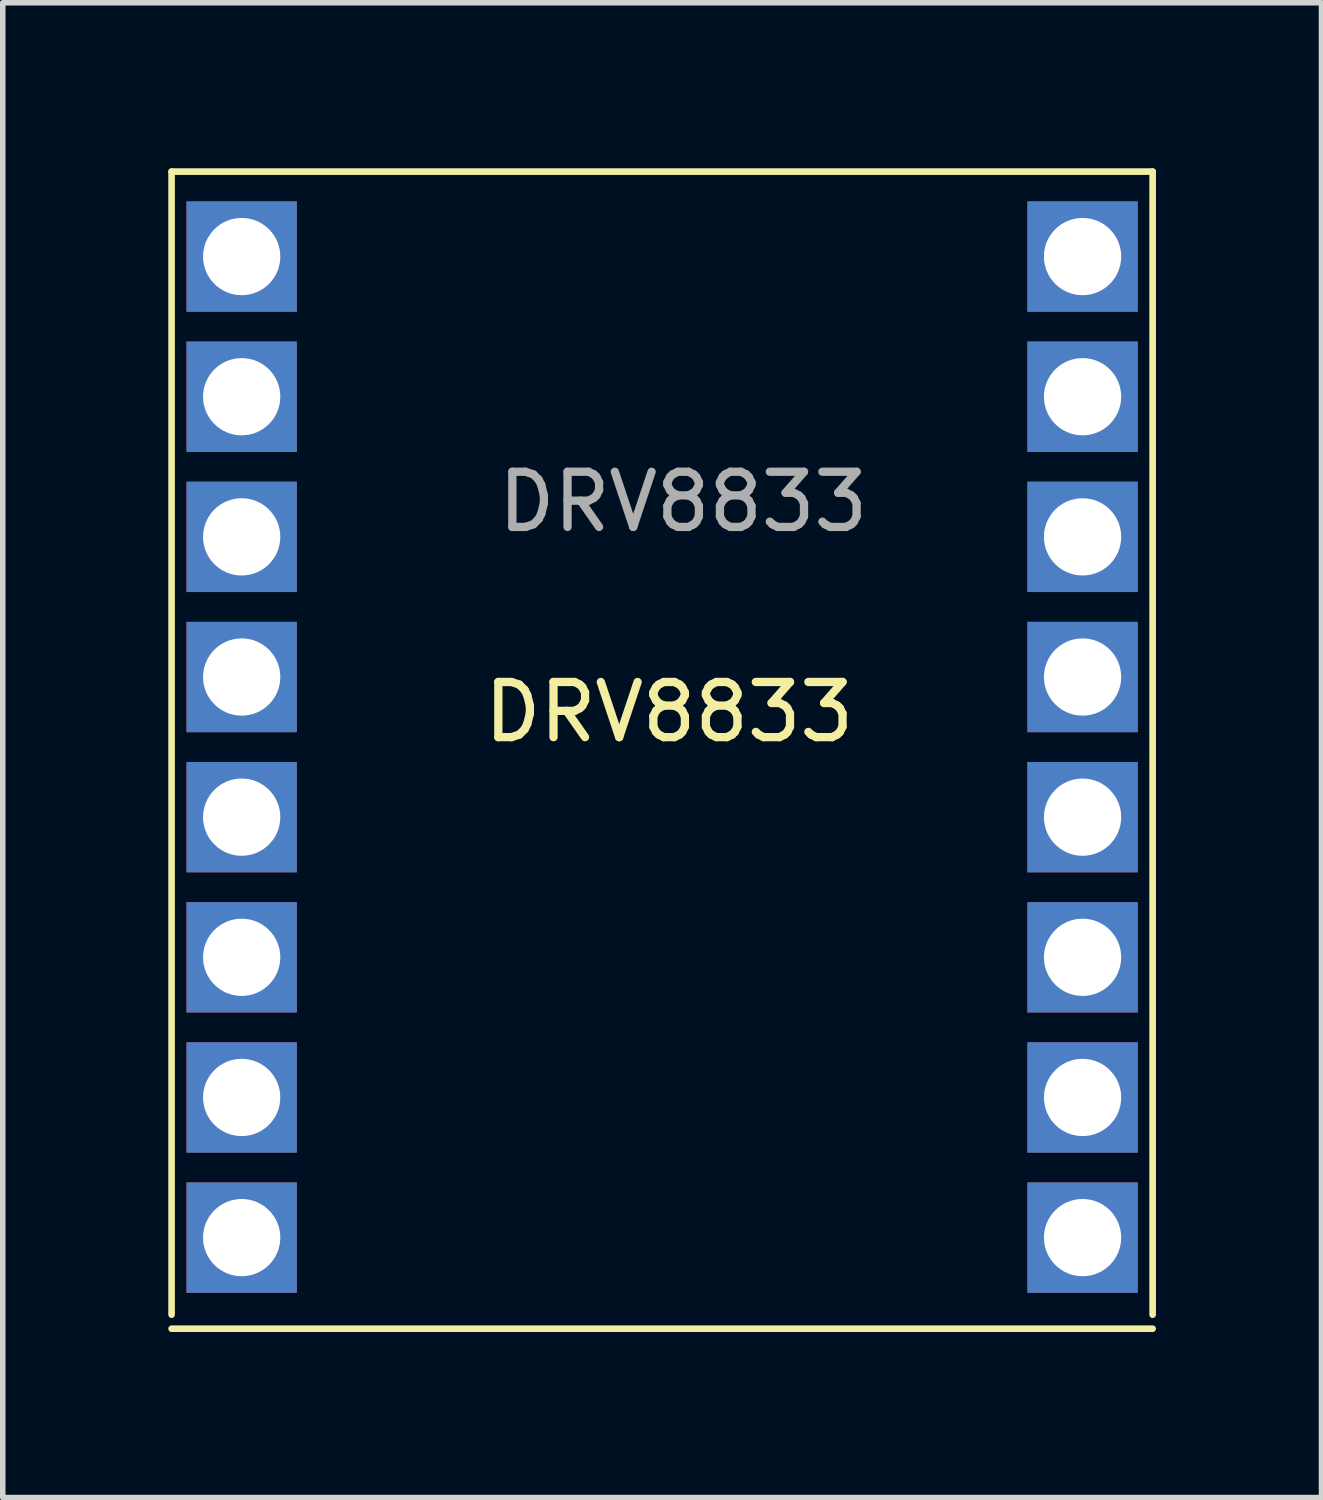
<source format=kicad_pcb>
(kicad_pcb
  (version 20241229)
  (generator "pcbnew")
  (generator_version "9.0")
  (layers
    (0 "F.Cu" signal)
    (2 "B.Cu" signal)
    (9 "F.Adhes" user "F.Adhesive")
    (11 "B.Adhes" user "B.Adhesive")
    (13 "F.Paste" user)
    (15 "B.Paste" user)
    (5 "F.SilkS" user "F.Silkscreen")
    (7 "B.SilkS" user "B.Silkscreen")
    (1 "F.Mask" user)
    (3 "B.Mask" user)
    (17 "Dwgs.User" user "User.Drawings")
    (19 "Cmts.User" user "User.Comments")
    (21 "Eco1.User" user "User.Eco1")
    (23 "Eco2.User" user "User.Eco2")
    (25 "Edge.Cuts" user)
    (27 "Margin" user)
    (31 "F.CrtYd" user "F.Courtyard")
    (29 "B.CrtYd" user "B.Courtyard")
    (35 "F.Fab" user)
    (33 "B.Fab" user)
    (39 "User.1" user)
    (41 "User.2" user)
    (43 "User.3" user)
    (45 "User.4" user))
  (footprint "DRV8833"
    (layer "F.Cu")
    (at 8.95 19.38)
    (property "Reference" "DRV8833" (at 0.127 -9.525 0) (unlocked yes) (layer "F.SilkS") (effects (font (size 1 1) (thickness 0.15))))
    (attr through_hole)
    (fp_line (start -8.89 -19.32) (end 8.89 -19.32) (stroke (width 0.12) (type solid)) (layer "F.SilkS"))
    (fp_line (start -8.89 1.397) (end -8.89 -19.32) (stroke (width 0.12) (type solid)) (layer "F.SilkS"))
    (fp_line (start -8.89 1.651) (end 8.89 1.651) (stroke (width 0.12) (type solid)) (layer "F.SilkS"))
    (fp_line (start 8.89 1.397) (end 8.89 -19.32) (stroke (width 0.12) (type solid)) (layer "F.SilkS"))
    (fp_text user "${REFERENCE}" (at 0.381 -13.335 0) (unlocked yes) (layer "F.Fab") (effects (font (size 1 1) (thickness 0.15))))
    (pad "1" thru_hole rect (at -7.62 -17.78) (size 2 2) (drill 1.4) (layers "*.Cu" "*.Mask"))
    (pad "2" thru_hole rect (at -7.62 -15.24) (size 2 2) (drill 1.4) (layers "*.Cu" "*.Mask"))
    (pad "3" thru_hole rect (at -7.62 -12.7) (size 2 2) (drill 1.4) (layers "*.Cu" "*.Mask"))
    (pad "4" thru_hole rect (at -7.62 -10.16) (size 2 2) (drill 1.4) (layers "*.Cu" "*.Mask"))
    (pad "5" thru_hole rect (at -7.62 -7.62) (size 2 2) (drill 1.4) (layers "*.Cu" "*.Mask"))
    (pad "6" thru_hole rect (at -7.62 -5.08) (size 2 2) (drill 1.4) (layers "*.Cu" "*.Mask"))
    (pad "7" thru_hole rect (at -7.62 -2.54) (size 2 2) (drill 1.4) (layers "*.Cu" "*.Mask"))
    (pad "8" thru_hole rect (at -7.62 0) (size 2 2) (drill 1.4) (layers "*.Cu" "*.Mask"))
    (pad "9" thru_hole rect (at 7.62 0) (size 2 2) (drill 1.4) (layers "*.Cu" "*.Mask"))
    (pad "10" thru_hole rect (at 7.62 -2.54) (size 2 2) (drill 1.4) (layers "*.Cu" "*.Mask"))
    (pad "11" thru_hole rect (at 7.62 -5.08) (size 2 2) (drill 1.4) (layers "*.Cu" "*.Mask"))
    (pad "12" thru_hole rect (at 7.62 -7.62) (size 2 2) (drill 1.4) (layers "*.Cu" "*.Mask"))
    (pad "13" thru_hole rect (at 7.62 -10.16) (size 2 2) (drill 1.4) (layers "*.Cu" "*.Mask"))
    (pad "14" thru_hole rect (at 7.62 -12.7) (size 2 2) (drill 1.4) (layers "*.Cu" "*.Mask"))
    (pad "15" thru_hole rect (at 7.62 -15.24) (size 2 2) (drill 1.4) (layers "*.Cu" "*.Mask"))
    (pad "16" thru_hole rect (at 7.62 -17.78) (size 2 2) (drill 1.4) (layers "*.Cu" "*.Mask")))
  (gr_rect
    (start -3 -3)
    (end 20.9 24.091)
    (stroke (width 0.1) (type default))
    (fill no)
    (layer "Edge.Cuts")))
</source>
